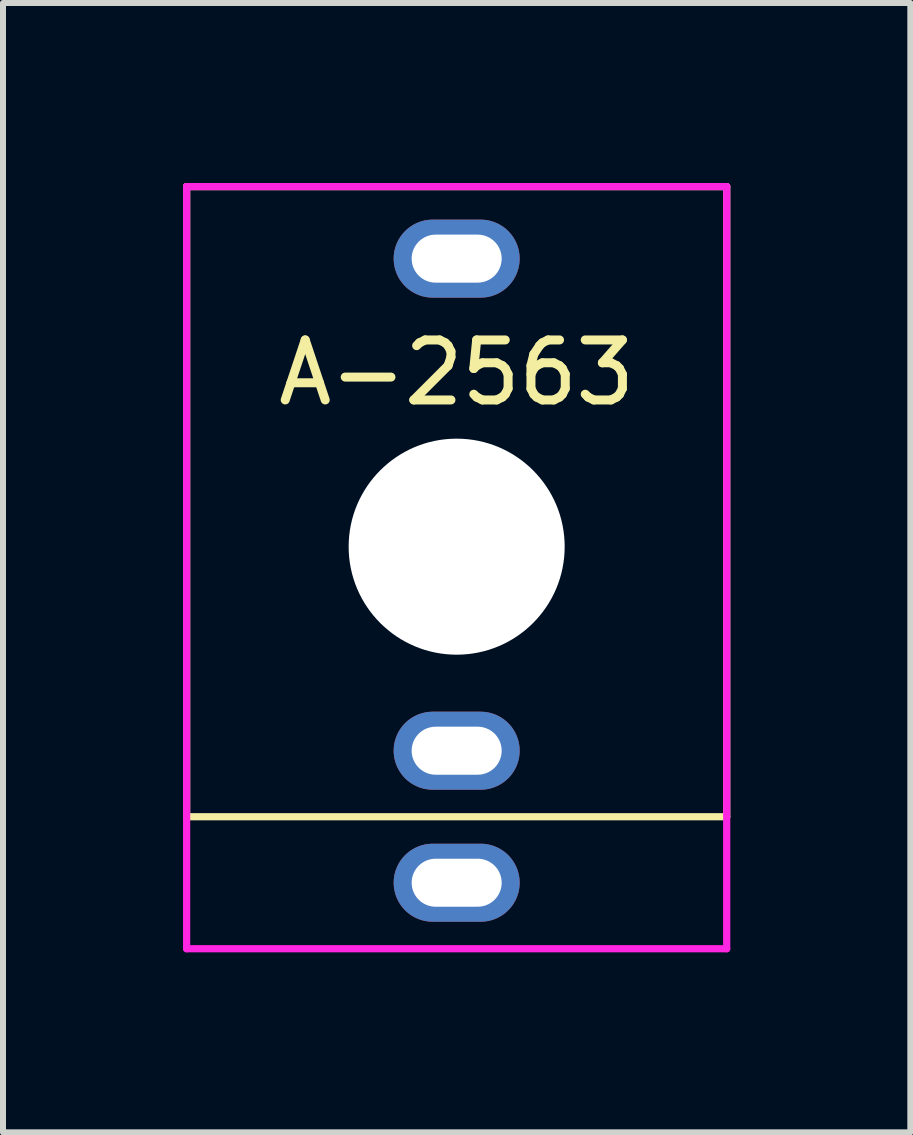
<source format=kicad_pcb>
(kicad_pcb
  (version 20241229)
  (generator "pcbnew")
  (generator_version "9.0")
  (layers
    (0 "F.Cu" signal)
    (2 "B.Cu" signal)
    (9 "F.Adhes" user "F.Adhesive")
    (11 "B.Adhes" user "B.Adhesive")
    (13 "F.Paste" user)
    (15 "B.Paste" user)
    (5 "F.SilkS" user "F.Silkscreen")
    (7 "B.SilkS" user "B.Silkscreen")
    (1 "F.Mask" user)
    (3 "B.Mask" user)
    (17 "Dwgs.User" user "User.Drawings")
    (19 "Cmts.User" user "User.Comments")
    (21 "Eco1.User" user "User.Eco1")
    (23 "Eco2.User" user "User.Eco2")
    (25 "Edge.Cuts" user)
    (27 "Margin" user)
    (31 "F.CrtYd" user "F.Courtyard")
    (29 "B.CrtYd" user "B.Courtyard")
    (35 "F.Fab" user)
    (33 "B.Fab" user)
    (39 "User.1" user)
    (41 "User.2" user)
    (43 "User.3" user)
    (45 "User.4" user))
  (footprint "A-2563"
    (layer "F.Cu")
    (at 4.56 11.66)
    (property "Reference" "A-2563" (at 0 -8.5 0) (layer "F.SilkS") (effects (font (size 1 1) (thickness 0.15))))
    (attr through_hole)
    (fp_line (start -4.5 -11.6) (end -4.5 -1.1) (stroke (width 0.12) (type solid)) (layer "F.SilkS"))
    (fp_line (start -4.5 -1.1) (end 4.5 -1.1) (stroke (width 0.12) (type solid)) (layer "F.SilkS"))
    (fp_line (start 4.5 -11.6) (end -4.5 -11.6) (stroke (width 0.12) (type solid)) (layer "F.SilkS"))
    (fp_line (start 4.5 -1.1) (end 4.5 -11.6) (stroke (width 0.12) (type solid)) (layer "F.SilkS"))
    (fp_line (start -4.5 -11.6) (end -4.5 1.1) (stroke (width 0.12) (type solid)) (layer "F.CrtYd"))
    (fp_line (start -4.5 1.1) (end 4.5 1.1) (stroke (width 0.12) (type solid)) (layer "F.CrtYd"))
    (fp_line (start 4.5 -11.6) (end -4.5 -11.6) (stroke (width 0.12) (type solid)) (layer "F.CrtYd"))
    (fp_line (start 4.5 1.1) (end 4.5 -11.6) (stroke (width 0.12) (type solid)) (layer "F.CrtYd"))
    (pad "" np_thru_hole circle (at 0 -5.6) (size 3.6 3.6) (drill 3.6) (layers "*.Cu" "*.Mask"))
    (pad "S" thru_hole oval (at 0 0) (size 2.1 1.3) (drill oval 1.5 0.8) (layers "*.Cu" "*.Mask"))
    (pad "T" thru_hole oval (at 0 -10.4) (size 2.1 1.3) (drill oval 1.5 0.8) (layers "*.Cu" "*.Mask"))
    (pad "T" thru_hole oval (at 0 -2.2) (size 2.1 1.3) (drill oval 1.5 0.8) (layers "*.Cu" "*.Mask")))
  (gr_rect
    (start -3 -3)
    (end 12.12 15.82)
    (stroke (width 0.1) (type default))
    (fill no)
    (layer "Edge.Cuts")))
</source>
